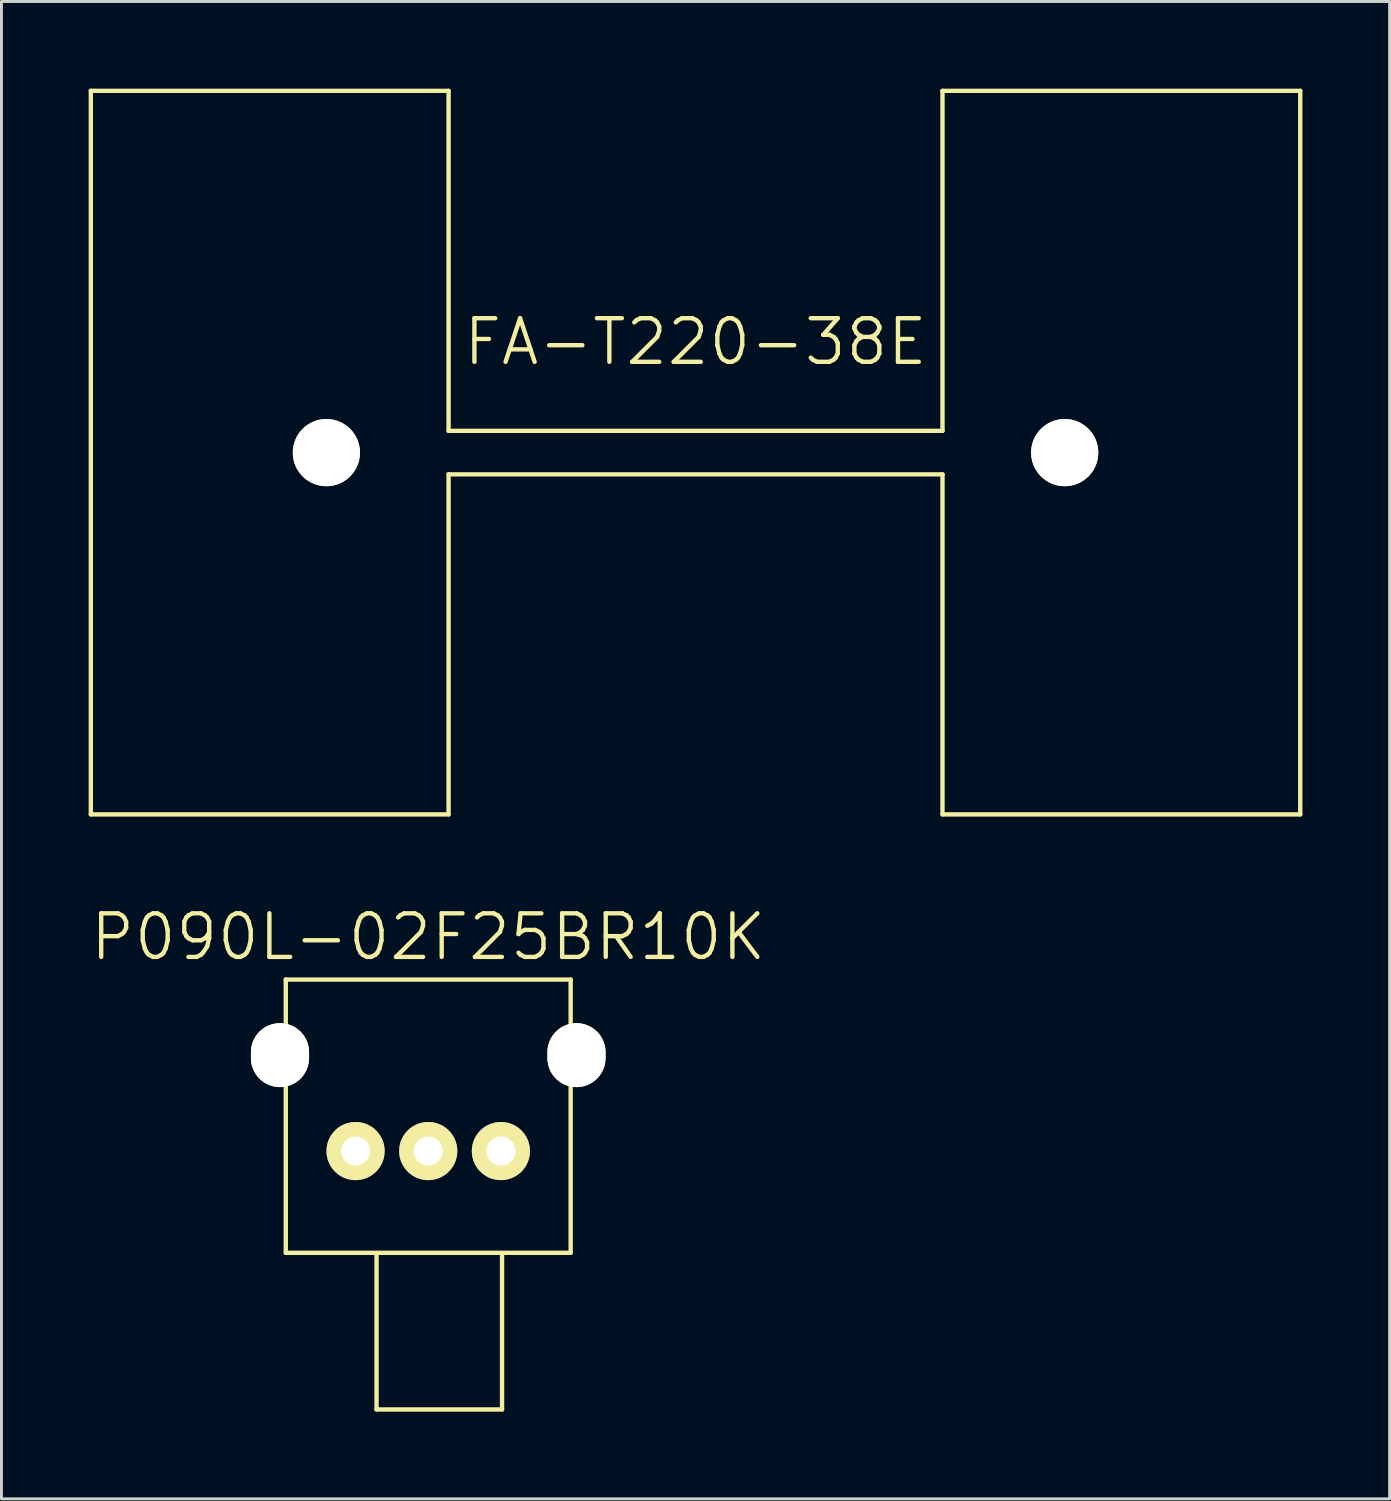
<source format=kicad_pcb>
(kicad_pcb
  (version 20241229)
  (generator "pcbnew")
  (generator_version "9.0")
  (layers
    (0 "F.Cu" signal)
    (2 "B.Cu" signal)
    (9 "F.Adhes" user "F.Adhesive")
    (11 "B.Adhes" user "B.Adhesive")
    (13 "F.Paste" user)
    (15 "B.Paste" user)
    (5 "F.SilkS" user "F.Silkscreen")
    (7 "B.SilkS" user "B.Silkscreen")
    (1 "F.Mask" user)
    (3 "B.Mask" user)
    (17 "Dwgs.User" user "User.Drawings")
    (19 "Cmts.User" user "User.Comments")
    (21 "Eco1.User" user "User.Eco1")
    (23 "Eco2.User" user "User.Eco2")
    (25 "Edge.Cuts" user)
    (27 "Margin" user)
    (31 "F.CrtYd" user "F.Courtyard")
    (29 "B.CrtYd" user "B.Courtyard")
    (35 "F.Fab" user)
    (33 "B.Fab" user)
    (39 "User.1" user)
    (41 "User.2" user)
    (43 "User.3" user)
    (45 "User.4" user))
  (footprint "P090L-02F25BR10K"
    (layer "F.Cu")
    (at 11.682 36.549)
    (property "Reference" "P090L-02F25BR10K" (at 0 -7.366 0) (layer "F.SilkS") (effects (font (size 1.5 1.5) (thickness 0.15))))
    (attr through_hole)
    (fp_line (start -4.9 -5.9) (end -4.9 3.5) (stroke (width 0.15) (type solid)) (layer "F.SilkS"))
    (fp_line (start -4.9 -5.9) (end 4.9 -5.9) (stroke (width 0.15) (type solid)) (layer "F.SilkS"))
    (fp_line (start -4.9 3.5) (end 4.9 3.5) (stroke (width 0.15) (type solid)) (layer "F.SilkS"))
    (fp_line (start -1.778 3.556) (end -1.778 8.89) (stroke (width 0.15) (type solid)) (layer "F.SilkS"))
    (fp_line (start -1.778 8.89) (end 2.54 8.89) (stroke (width 0.15) (type solid)) (layer "F.SilkS"))
    (fp_line (start 2.54 8.89) (end 2.54 3.556) (stroke (width 0.15) (type solid)) (layer "F.SilkS"))
    (fp_line (start 4.9 -5.9) (end 4.9 3.5) (stroke (width 0.15) (type solid)) (layer "F.SilkS"))
    (pad "" np_thru_hole oval (at -5.1 -3.3) (size 2 2.2) (drill oval 2 2.2) (layers "*.Cu" "*.Mask" "F.SilkS"))
    (pad "" np_thru_hole oval (at 5.1 -3.3) (size 2 2.2) (drill oval 2 2.2) (layers "*.Cu" "*.Mask" "F.SilkS"))
    (pad "1" thru_hole circle (at -2.5 0) (size 2 2) (drill 1) (layers "*.Cu" "*.Mask" "F.SilkS"))
    (pad "2" thru_hole circle (at 0 0) (size 2 2) (drill 1) (layers "*.Cu" "*.Mask" "F.SilkS"))
    (pad "3" thru_hole circle (at 2.5 0) (size 2 2) (drill 1) (layers "*.Cu" "*.Mask" "F.SilkS")))
  (footprint "FA-T220-38E"
    (layer "F.Cu")
    (at 20.878 12.521)
    (property "Reference" "FA-T220-38E" (at 0 -3.81 0) (layer "F.SilkS") (effects (font (size 1.5 1.5) (thickness 0.15))))
    (attr through_hole)
    (fp_line (start -20.803 -12.446) (end -8.496 -12.446) (stroke (width 0.15) (type solid)) (layer "F.SilkS"))
    (fp_line (start -20.803 12.446) (end -20.803 -12.446) (stroke (width 0.15) (type solid)) (layer "F.SilkS"))
    (fp_line (start -8.496 -0.749) (end -8.496 -12.446) (stroke (width 0.15) (type solid)) (layer "F.SilkS"))
    (fp_line (start -8.496 -0.749) (end 8.496 -0.749) (stroke (width 0.15) (type solid)) (layer "F.SilkS"))
    (fp_line (start -8.496 0.749) (end -8.496 12.446) (stroke (width 0.15) (type solid)) (layer "F.SilkS"))
    (fp_line (start -8.496 0.749) (end 8.496 0.749) (stroke (width 0.15) (type solid)) (layer "F.SilkS"))
    (fp_line (start -8.496 12.446) (end -20.803 12.446) (stroke (width 0.15) (type solid)) (layer "F.SilkS"))
    (fp_line (start 8.496 -12.446) (end 20.803 -12.446) (stroke (width 0.15) (type solid)) (layer "F.SilkS"))
    (fp_line (start 8.496 -0.749) (end 8.496 -12.446) (stroke (width 0.15) (type solid)) (layer "F.SilkS"))
    (fp_line (start 8.496 0.749) (end 8.496 12.446) (stroke (width 0.15) (type solid)) (layer "F.SilkS"))
    (fp_line (start 20.803 -12.446) (end 20.803 12.446) (stroke (width 0.15) (type solid)) (layer "F.SilkS"))
    (fp_line (start 20.803 12.446) (end 8.496 12.446) (stroke (width 0.15) (type solid)) (layer "F.SilkS"))
    (pad "" np_thru_hole circle (at -12.7 0) (size 2.311 2.311) (drill 2.311) (layers "*.Cu" "*.Mask" "F.SilkS"))
    (pad "" np_thru_hole circle (at 12.7 0) (size 2.311 2.311) (drill 2.311) (layers "*.Cu" "*.Mask" "F.SilkS")))
  (gr_rect
    (start -3 -3)
    (end 44.755 48.514)
    (stroke (width 0.1) (type default))
    (fill no)
    (layer "Edge.Cuts")))
</source>
